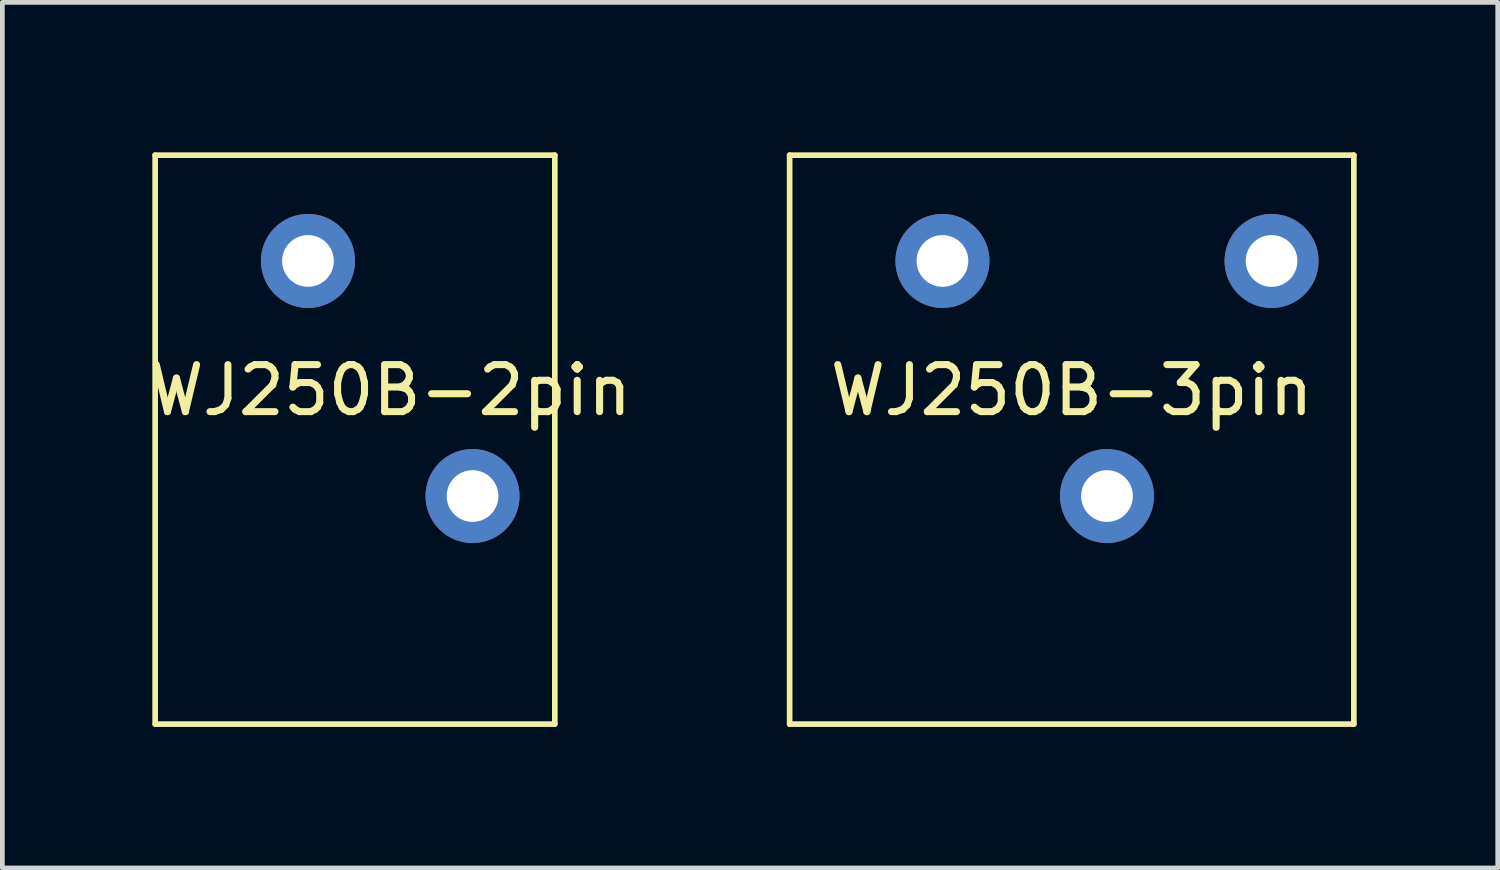
<source format=kicad_pcb>
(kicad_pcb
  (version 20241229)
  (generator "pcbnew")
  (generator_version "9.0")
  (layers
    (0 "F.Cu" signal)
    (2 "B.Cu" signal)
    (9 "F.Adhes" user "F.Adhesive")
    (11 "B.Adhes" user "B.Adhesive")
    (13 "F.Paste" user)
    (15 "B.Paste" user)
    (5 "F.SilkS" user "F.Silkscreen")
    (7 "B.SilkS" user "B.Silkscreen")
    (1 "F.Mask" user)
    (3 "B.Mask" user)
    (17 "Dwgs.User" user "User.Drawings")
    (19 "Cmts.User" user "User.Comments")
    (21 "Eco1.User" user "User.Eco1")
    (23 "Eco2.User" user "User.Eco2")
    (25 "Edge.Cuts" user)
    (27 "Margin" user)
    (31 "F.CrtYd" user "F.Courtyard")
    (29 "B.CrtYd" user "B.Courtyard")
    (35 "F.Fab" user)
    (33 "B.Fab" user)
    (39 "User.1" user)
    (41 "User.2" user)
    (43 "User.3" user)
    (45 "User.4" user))
  (footprint "WJ250B-2pin"
    (layer "F.Cu")
    (at 0.25 0.25)
    (property "Reference" "WJ250B-2pin" (at 5 5 0) (layer "F.SilkS") (effects (font (size 1 1) (thickness 0.15))))
    (attr through_hole)
    (fp_line (start 0 0) (end 0 12.1) (stroke (width 0.12) (type solid)) (layer "F.SilkS"))
    (fp_line (start 0 0) (end 8.5 0) (stroke (width 0.12) (type solid)) (layer "F.SilkS"))
    (fp_line (start 0 12.1) (end 8.5 12.1) (stroke (width 0.12) (type solid)) (layer "F.SilkS"))
    (fp_line (start 8.5 0) (end 8.5 12.1) (stroke (width 0.12) (type solid)) (layer "F.SilkS"))
    (pad "1" thru_hole circle (at 3.25 2.25) (size 2 2) (drill 1.1) (layers "*.Cu" "*.Mask"))
    (pad "2" thru_hole circle (at 6.75 7.25) (size 2 2) (drill 1.1) (layers "*.Cu" "*.Mask")))
  (footprint "WJ250B-3pin"
    (layer "F.Cu")
    (at 13.744 0.25)
    (property "Reference" "WJ250B-3pin" (at 6 5 0) (layer "F.SilkS") (effects (font (size 1 1) (thickness 0.15))))
    (attr through_hole)
    (fp_line (start 0 0) (end 0 12.1) (stroke (width 0.12) (type solid)) (layer "F.SilkS"))
    (fp_line (start 0 0) (end 12 0) (stroke (width 0.12) (type solid)) (layer "F.SilkS"))
    (fp_line (start 0 12.1) (end 12 12.1) (stroke (width 0.12) (type solid)) (layer "F.SilkS"))
    (fp_line (start 12 0) (end 12 12.1) (stroke (width 0.12) (type solid)) (layer "F.SilkS"))
    (pad "1" thru_hole circle (at 3.25 2.25) (size 2 2) (drill 1.1) (layers "*.Cu" "*.Mask"))
    (pad "2" thru_hole circle (at 6.75 7.25) (size 2 2) (drill 1.1) (layers "*.Cu" "*.Mask"))
    (pad "3" thru_hole circle (at 10.25 2.25) (size 2 2) (drill 1.1) (layers "*.Cu" "*.Mask")))
  (gr_rect
    (start -3 -3)
    (end 28.804 15.41)
    (stroke (width 0.1) (type default))
    (fill no)
    (layer "Edge.Cuts")))
</source>
